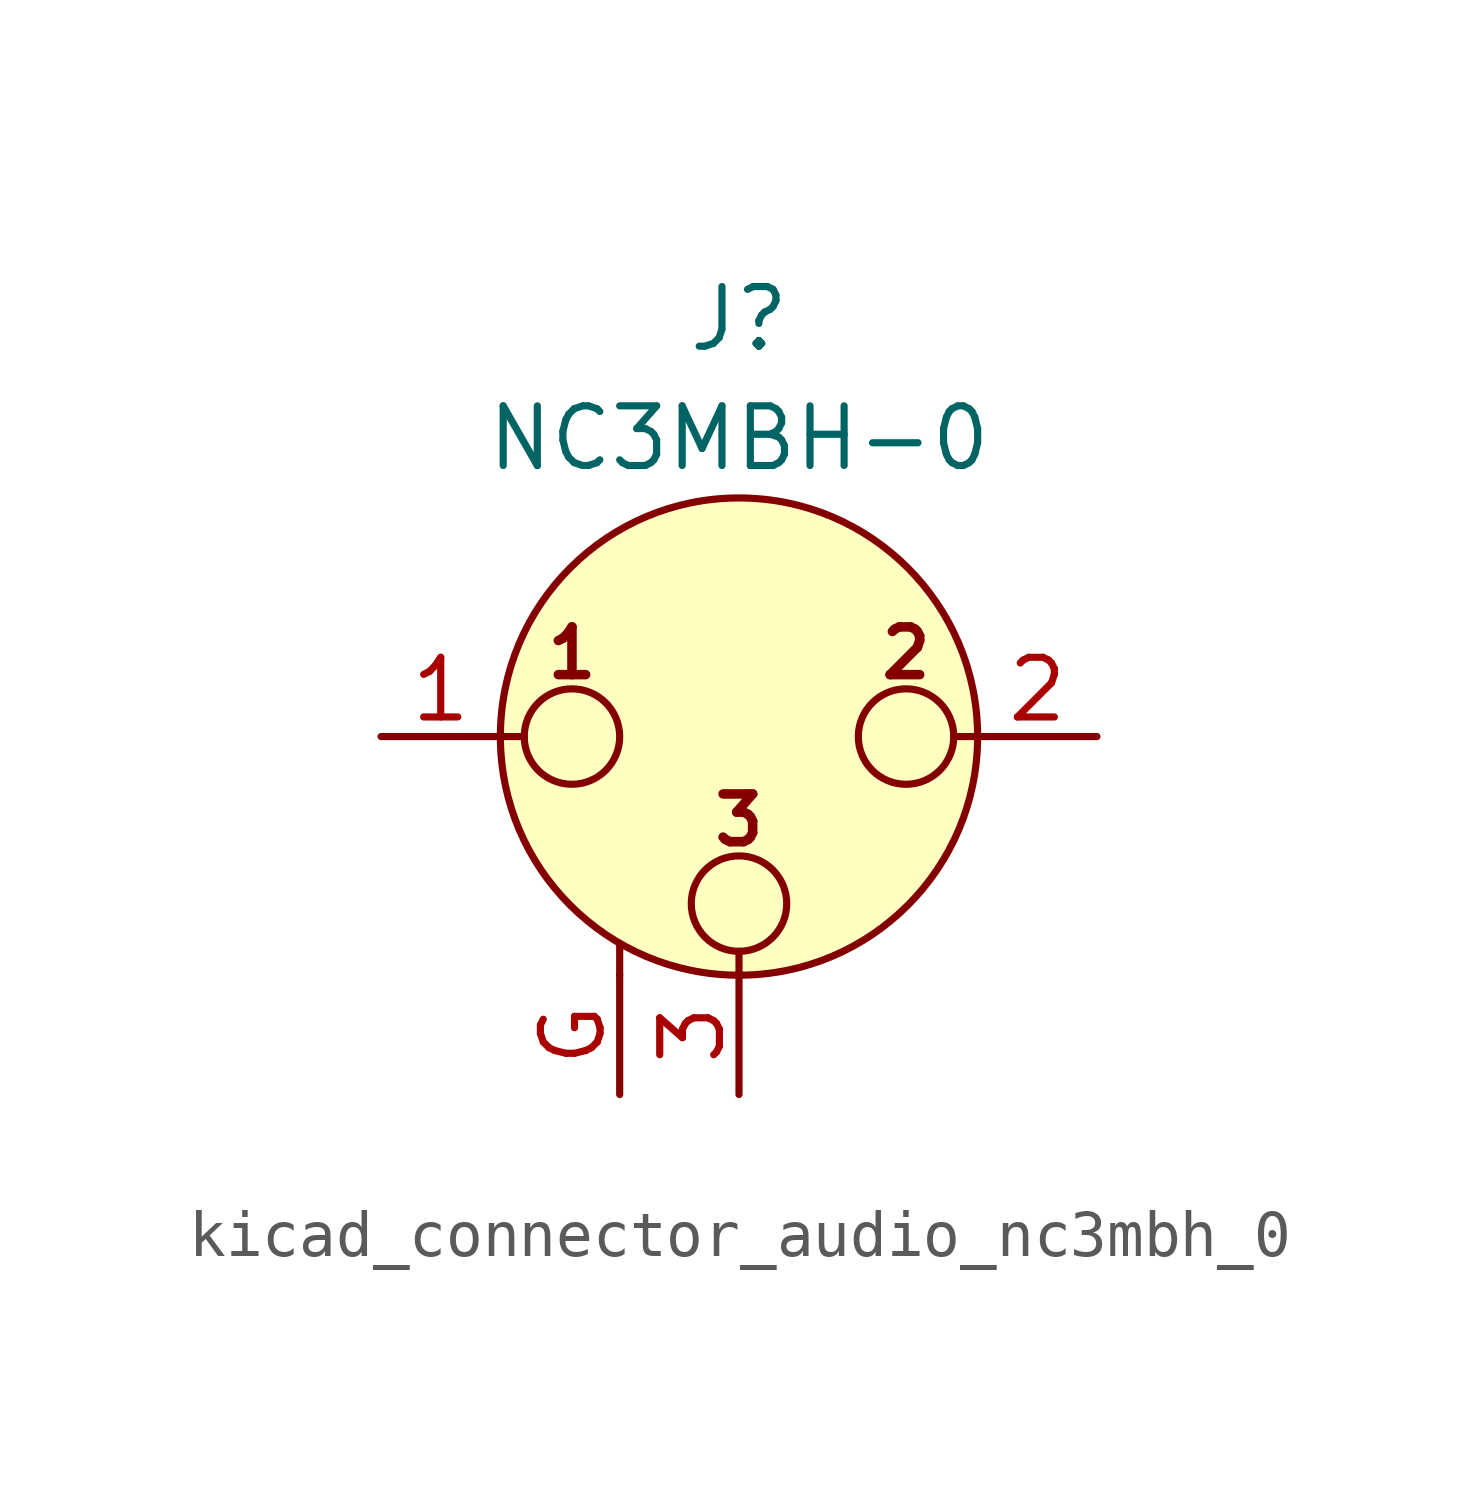
<source format=kicad_sym>
(kicad_symbol_lib
  (version 20220914)
  (generator kicad_symbol_editor)
  (symbol "kicad_connector_audio_nc3mbh_0"
    (pin_names hide)
    (property "Reference" "J"
      (at 0 8.89 0)
      (effects (font (size 1.27 1.27))))
    (property "Value" "NC3MBH-0"
      (at 0 6.35 0)
      (effects (font (size 1.27 1.27))))
    (symbol "kicad_connector_audio_nc3mbh_0_0_1"
      (circle (center -3.556 0) (radius 1.016) (stroke (width 0) (type default)) (fill (type none)))
      (circle (center 0 -3.556) (radius 1.016) (stroke (width 0) (type default)) (fill (type none)))
      (polyline (pts (xy -5.08 0) (xy -4.572 0)) (stroke (width 0) (type default)) (fill (type none)))
      (polyline (pts (xy -2.54 -5.08) (xy -2.54 -4.445)) (stroke (width 0) (type default)) (fill (type none)))
      (polyline (pts (xy 0 -5.08) (xy 0 -4.572)) (stroke (width 0) (type default)) (fill (type none)))
      (polyline (pts (xy 5.08 0) (xy 4.572 0)) (stroke (width 0) (type default)) (fill (type none)))
      (circle (center 0 0) (radius 5.08) (stroke (width 0) (type default)) (fill (type background)))
      (circle (center 3.556 0) (radius 1.016) (stroke (width 0) (type default)) (fill (type none)))
      (text "1" (at -3.556 1.778 0) (effects (font (size 1.016 1.016) bold)))
      (text "2" (at 3.556 1.778 0) (effects (font (size 1.016 1.016) bold)))
      (text "3" (at 0 -1.778 0) (effects (font (size 1.016 1.016) bold)))
      (pin passive line (at -7.62 0 0) (length 2.54) (name "~" (effects (font (size 1.27 1.27)))) (number "1" (effects (font (size 1.27 1.27)))))
      (pin passive line (at 7.62 0 180) (length 2.54) (name "~" (effects (font (size 1.27 1.27)))) (number "2" (effects (font (size 1.27 1.27)))))
      (pin passive line (at 0 -7.62 90) (length 2.54) (name "~" (effects (font (size 1.27 1.27)))) (number "3" (effects (font (size 1.27 1.27))))))
    (symbol "kicad_connector_audio_nc3mbh_0_1_1"
      (pin passive line (at -2.54 -7.62 90) (length 2.54) (name "~" (effects (font (size 1.27 1.27)))) (number "G" (effects (font (size 1.27 1.27))))))))
</source>
